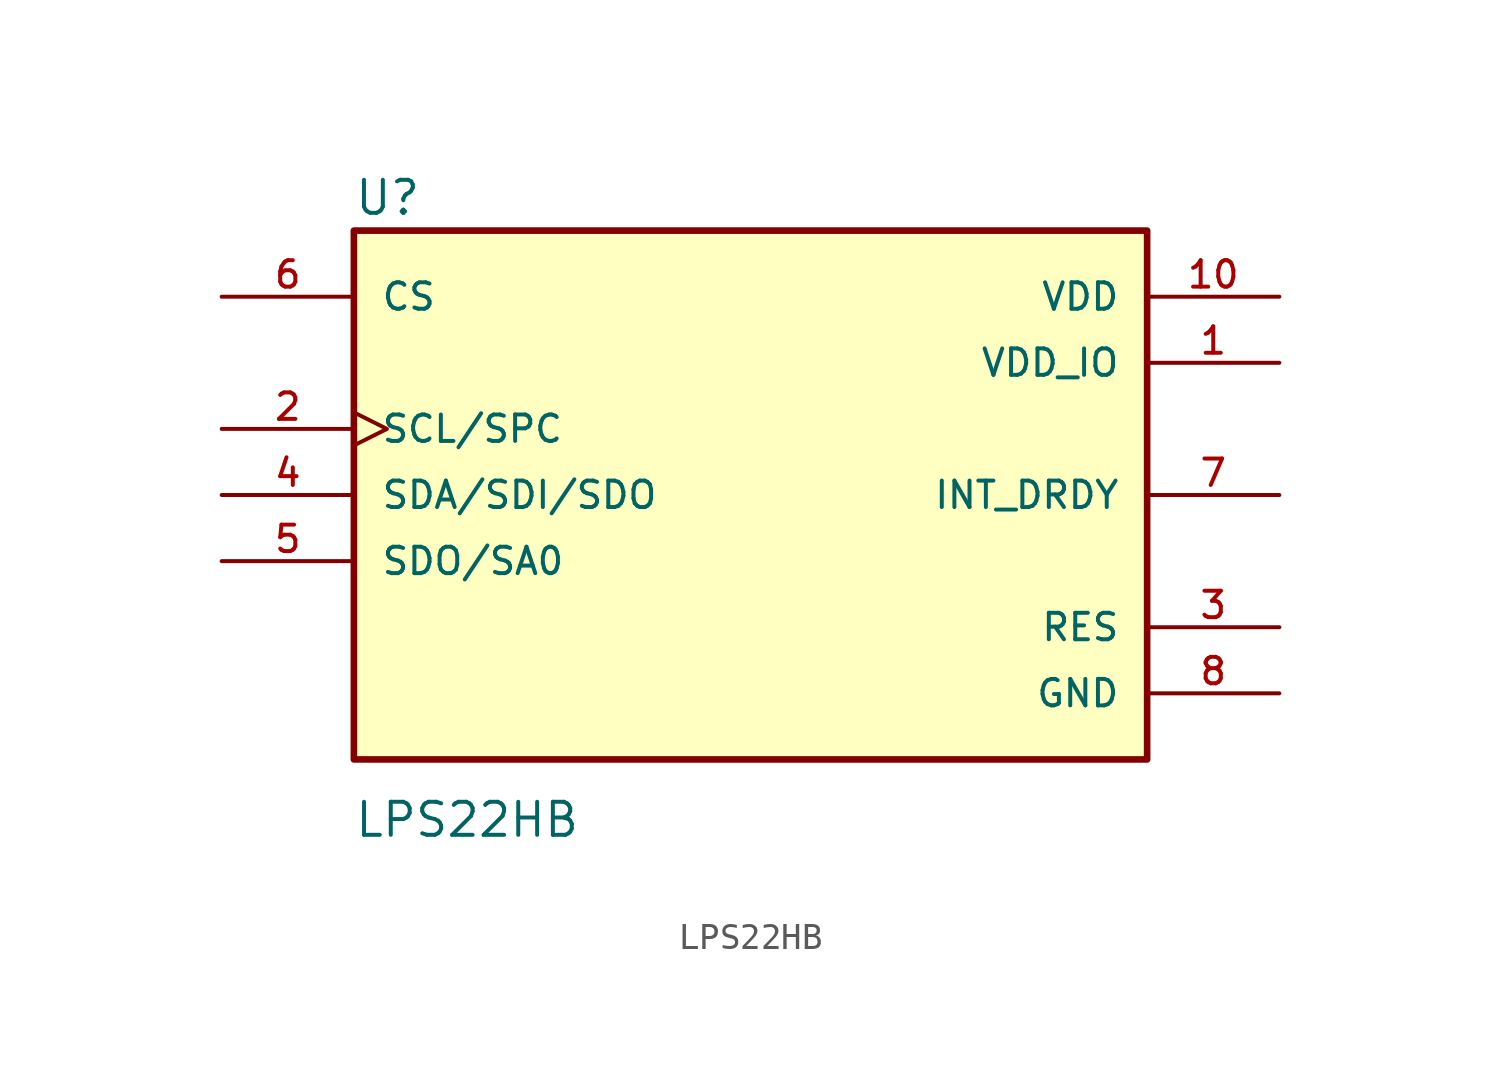
<source format=kicad_sym>
(kicad_symbol_lib
  (version 20211014)
  (generator kicad_symbol_editor)
  (symbol "LPS22HB"
    (pin_names
      (offset 1.016))
    (property "Reference" "U"
      (at -15.255 10.679 0)
      (effects (font (size 1.27 1.27)) (justify bottom left)))
    (property "Value" "LPS22HB"
      (at -15.253 -13.22 0)
      (effects (font (size 1.27 1.27)) (justify bottom left)))
    (symbol "LPS22HB_0_0"
      (rectangle (start -15.24 -10.16) (end 15.24 10.16) (stroke (width 0.254)) (fill (type background)))
      (pin power_in line (at 20.32 5.08 180.0) (length 5.08) (name "VDD_IO" (effects (font (size 1.016 1.016)))) (number "1" (effects (font (size 1.016 1.016)))))
      (pin input clock (at -20.32 2.54 0) (length 5.08) (name "SCL/SPC" (effects (font (size 1.016 1.016)))) (number "2" (effects (font (size 1.016 1.016)))))
      (pin power_in line (at 20.32 -5.08 180.0) (length 5.08) (name "RES" (effects (font (size 1.016 1.016)))) (number "3" (effects (font (size 1.016 1.016)))))
      (pin bidirectional line (at -20.32 0.0 0) (length 5.08) (name "SDA/SDI/SDO" (effects (font (size 1.016 1.016)))) (number "4" (effects (font (size 1.016 1.016)))))
      (pin bidirectional line (at -20.32 -2.54 0) (length 5.08) (name "SDO/SA0" (effects (font (size 1.016 1.016)))) (number "5" (effects (font (size 1.016 1.016)))))
      (pin input line (at -20.32 7.62 0) (length 5.08) (name "CS" (effects (font (size 1.016 1.016)))) (number "6" (effects (font (size 1.016 1.016)))))
      (pin output line (at 20.32 0.0 180.0) (length 5.08) (name "INT_DRDY" (effects (font (size 1.016 1.016)))) (number "7" (effects (font (size 1.016 1.016)))))
      (pin power_in line (at 20.32 -7.62 180.0) (length 5.08) (name "GND" (effects (font (size 1.016 1.016)))) (number "8" (effects (font (size 1.016 1.016)))))
      (pin power_in line (at 20.32 -7.62 180.0) (length 5.08) hide (name "GND" (effects (font (size 1.016 1.016)))) (number "9" (effects (font (size 1.016 1.016)))))
      (pin power_in line (at 20.32 7.62 180.0) (length 5.08) (name "VDD" (effects (font (size 1.016 1.016)))) (number "10" (effects (font (size 1.016 1.016))))))))
</source>
